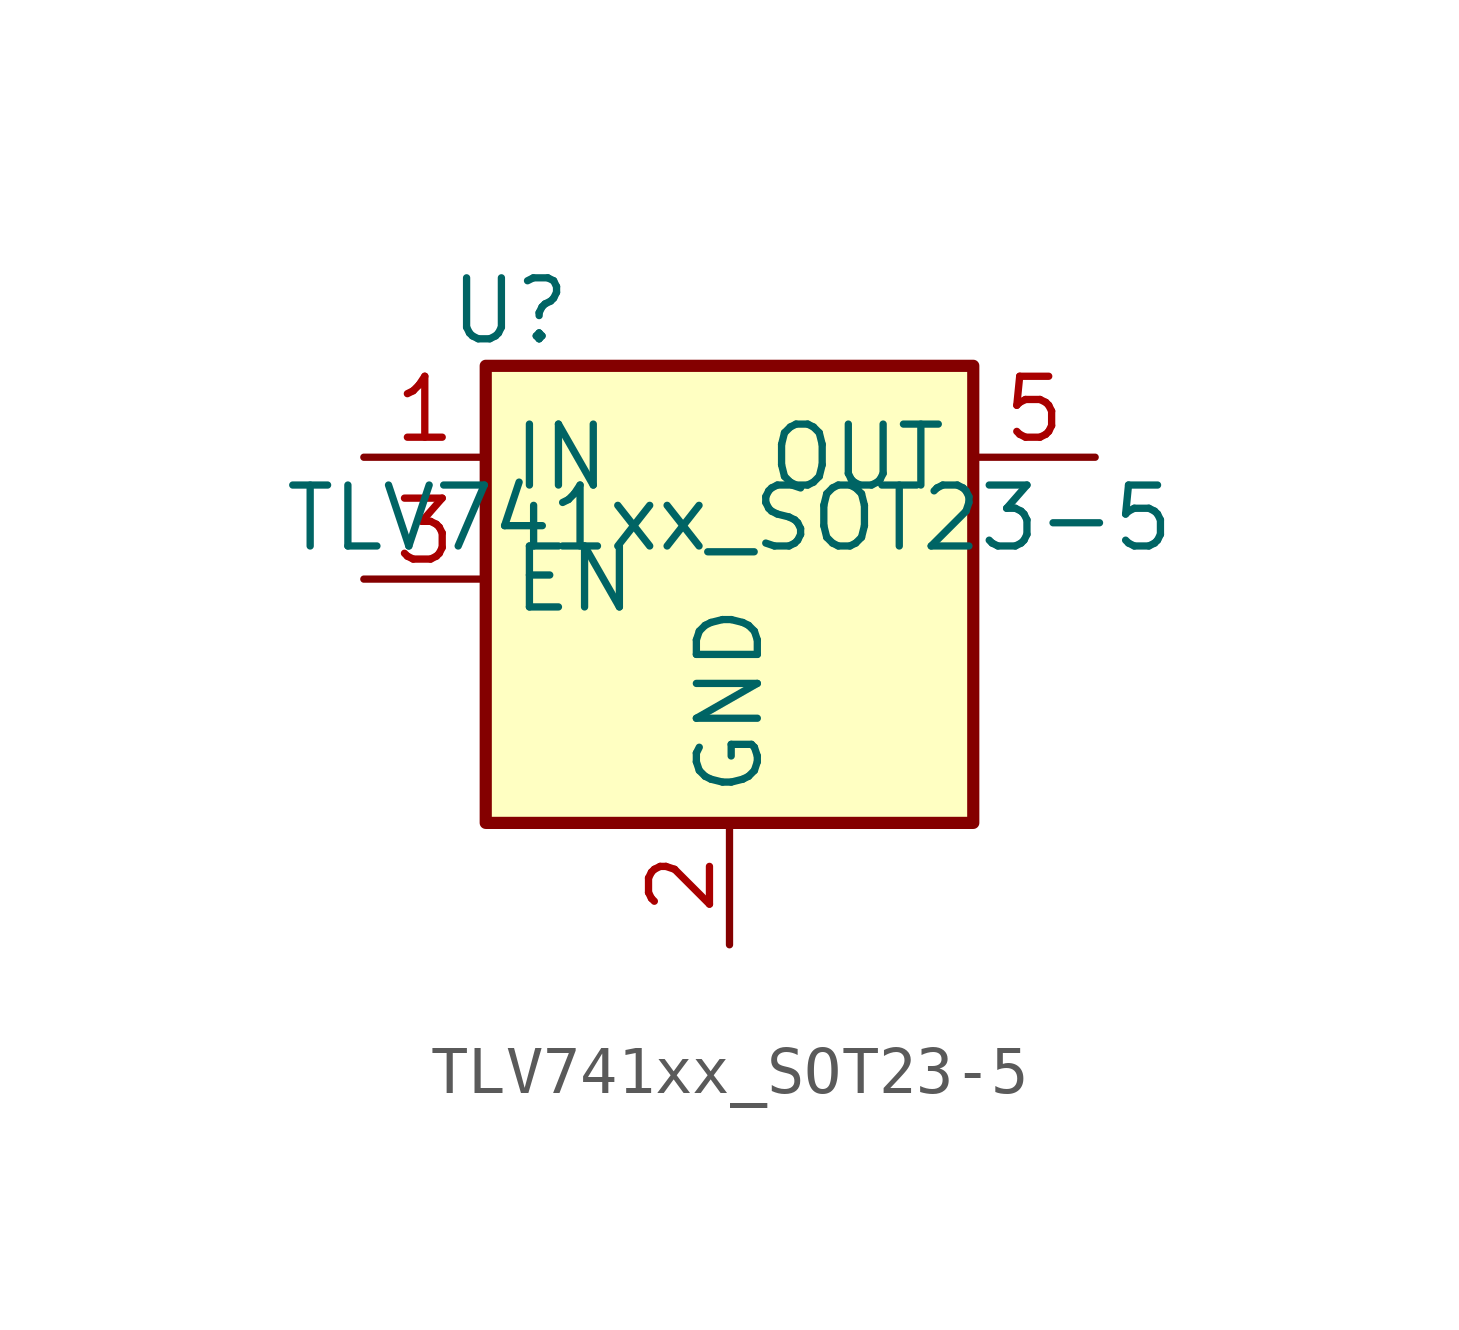
<source format=kicad_sym>
(kicad_symbol_lib
  (version 20231120)
  (generator "kicad_symbol_editor")
  (generator_version "8.0")
  (symbol "TLV741xx_SOT23-5"
    (property "Reference" "U"
      (at -4.572 5.588 0)
      (effects (font (size 1.27 1.27))))
    (property "Value" "TLV741xx_SOT23-5"
      (at 0 1.27 0)
      (effects (font (size 1.27 1.27))))
    (symbol "TLV741xx_SOT23-5_0_1"
      (rectangle (start -5.08 4.445) (end 5.08 -5.08) (stroke (width 0.254) (type default)) (fill (type background))))
    (symbol "TLV741xx_SOT23-5_1_1"
      (pin power_in line (at -7.62 2.54 0) (length 2.54) (name "IN" (effects (font (size 1.27 1.27)))) (number "1" (effects (font (size 1.27 1.27)))))
      (pin power_in line (at 0 -7.62 90) (length 2.54) (name "GND" (effects (font (size 1.27 1.27)))) (number "2" (effects (font (size 1.27 1.27)))))
      (pin input line (at -7.62 0 0) (length 2.54) (name "EN" (effects (font (size 1.27 1.27)))) (number "3" (effects (font (size 1.27 1.27)))))
      (pin no_connect line (at 5.08 0 180) (length 2.54) hide (name "NC" (effects (font (size 1.27 1.27)))) (number "4" (effects (font (size 1.27 1.27)))))
      (pin power_out line (at 7.62 2.54 180) (length 2.54) (name "OUT" (effects (font (size 1.27 1.27)))) (number "5" (effects (font (size 1.27 1.27))))))))
</source>
